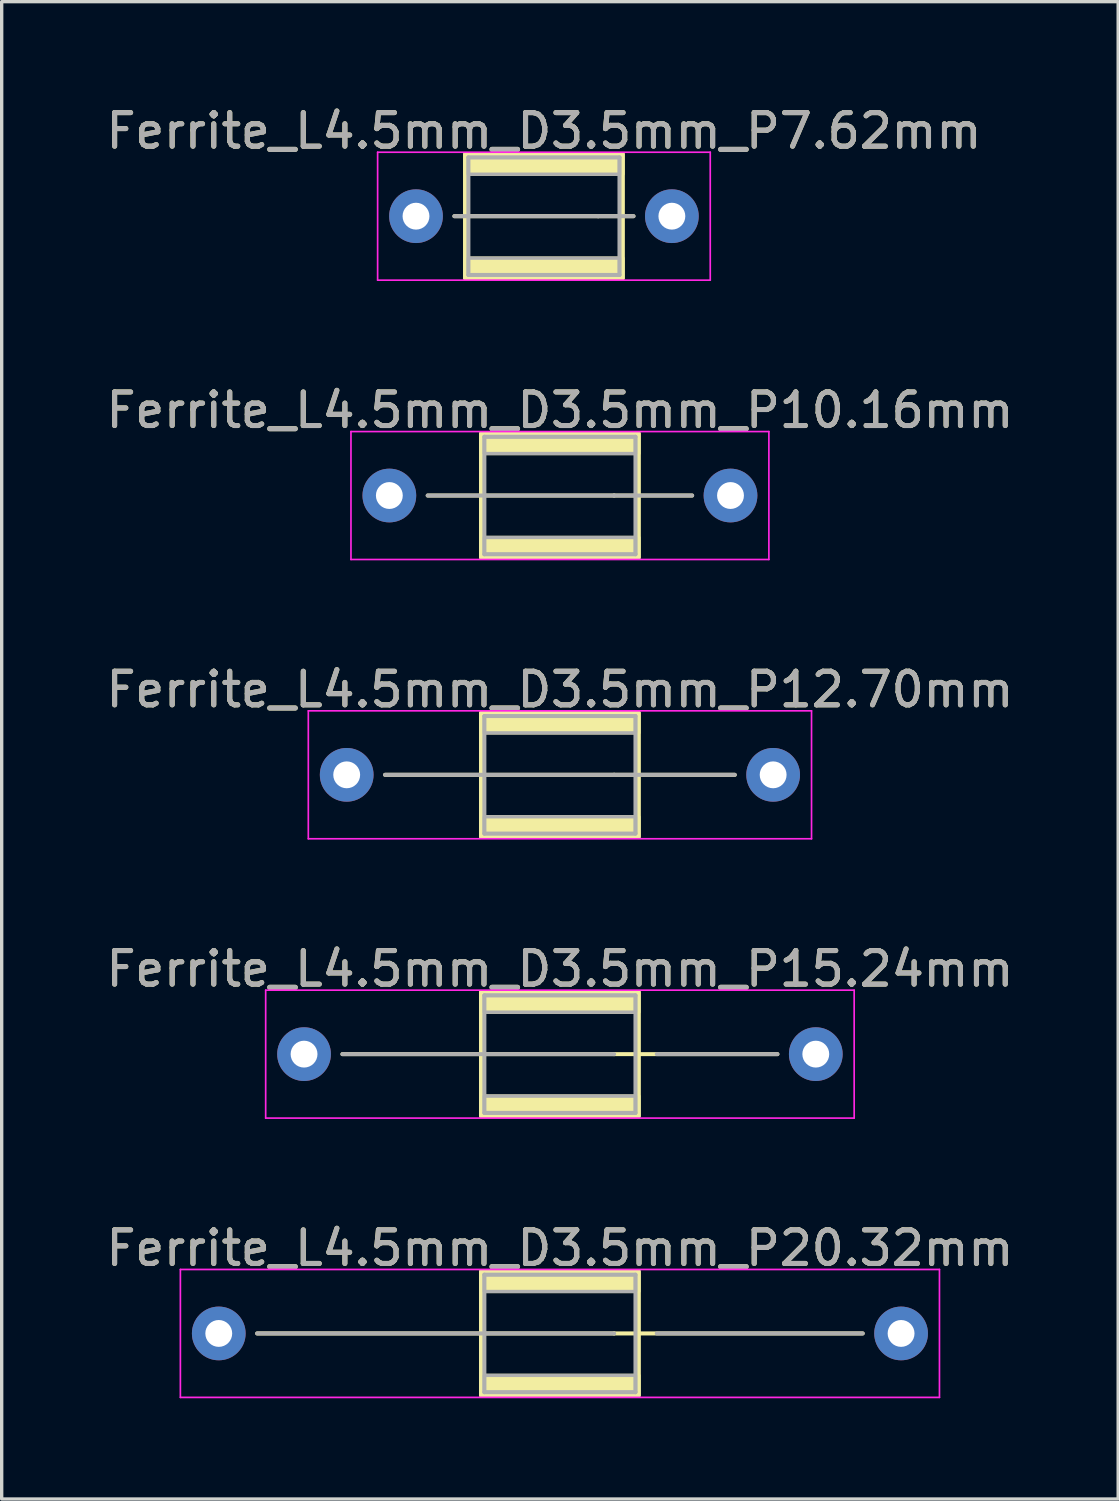
<source format=kicad_pcb>
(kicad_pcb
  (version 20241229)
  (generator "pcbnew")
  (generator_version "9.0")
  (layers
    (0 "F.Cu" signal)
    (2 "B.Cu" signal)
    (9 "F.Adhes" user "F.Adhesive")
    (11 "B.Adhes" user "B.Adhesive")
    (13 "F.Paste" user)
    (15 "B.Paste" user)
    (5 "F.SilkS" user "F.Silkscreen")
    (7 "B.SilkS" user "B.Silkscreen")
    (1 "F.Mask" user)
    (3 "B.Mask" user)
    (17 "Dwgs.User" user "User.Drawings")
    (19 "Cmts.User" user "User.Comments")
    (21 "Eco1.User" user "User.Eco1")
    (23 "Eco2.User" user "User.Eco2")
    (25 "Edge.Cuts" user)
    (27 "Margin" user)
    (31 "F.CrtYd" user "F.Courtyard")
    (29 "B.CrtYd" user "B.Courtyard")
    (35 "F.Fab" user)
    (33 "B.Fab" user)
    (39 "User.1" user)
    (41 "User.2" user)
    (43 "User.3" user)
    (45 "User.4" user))
  (footprint "Ferrite_L4.5mm_D3.5mm_P10.16mm"
    (layer "F.Cu")
    (at 8.545 11.707)
    (property "Reference" "Ferrite_L4.5mm_D3.5mm_P10.16mm" (at 5.08 -2.54 0) (layer "F.SilkS") (effects (font (size 1 1) (thickness 0.15))))
    (fp_line (start 6.694 0.000002) (end 1.143 0) (stroke (width 0.12) (type solid)) (layer "F.SilkS"))
    (fp_line (start 6.694 0.000002) (end 9.017 0) (stroke (width 0.12) (type solid)) (layer "F.SilkS"))
    (fp_rect (start 2.73 -1.85) (end 7.43 1.85) (stroke (width 0.12) (type solid)) (fill no) (layer "F.SilkS"))
    (fp_poly (pts (xy 7.43 -1.25) (xy 2.73 -1.25) (xy 2.73 -1.85) (xy 7.43 -1.85)) (stroke (width 0.1) (type solid)) (fill yes) (layer "F.SilkS"))
    (fp_poly (pts (xy 7.43 1.85) (xy 2.73 1.85) (xy 2.73 1.25) (xy 7.43 1.25)) (stroke (width 0.1) (type solid)) (fill yes) (layer "F.SilkS"))
    (fp_line (start -1.143 -1.905) (end 11.303 -1.905) (stroke (width 0.05) (type solid)) (layer "F.CrtYd"))
    (fp_line (start -1.143 1.905) (end -1.143 -1.905) (stroke (width 0.05) (type solid)) (layer "F.CrtYd"))
    (fp_line (start 11.303 -1.905) (end 11.303 1.905) (stroke (width 0.05) (type solid)) (layer "F.CrtYd"))
    (fp_line (start 11.303 1.905) (end -1.143 1.905) (stroke (width 0.05) (type solid)) (layer "F.CrtYd"))
    (fp_line (start 2.83 -1.75) (end 2.83 0) (stroke (width 0.12) (type solid)) (layer "F.Fab"))
    (fp_line (start 2.83 0) (end 2.83 1.75) (stroke (width 0.12) (type solid)) (layer "F.Fab"))
    (fp_line (start 2.83 1.75) (end 7.33 1.75) (stroke (width 0.12) (type solid)) (layer "F.Fab"))
    (fp_line (start 6.694 0.000002) (end 1.143 0) (stroke (width 0.12) (type solid)) (layer "F.Fab"))
    (fp_line (start 6.694 0.000002) (end 9.017 0) (stroke (width 0.12) (type solid)) (layer "F.Fab"))
    (fp_line (start 7.33 -1.75) (end 2.83 -1.75) (stroke (width 0.12) (type solid)) (layer "F.Fab"))
    (fp_line (start 7.33 1.75) (end 7.33 -1.75) (stroke (width 0.12) (type solid)) (layer "F.Fab"))
    (fp_poly (pts (xy 7.33 -1.25) (xy 2.83 -1.25) (xy 2.83 -1.75) (xy 7.33 -1.75)) (stroke (width 0.1) (type solid)) (fill no) (layer "F.Fab"))
    (fp_poly (pts (xy 7.33 1.75) (xy 2.83 1.75) (xy 2.83 1.25) (xy 7.33 1.25)) (stroke (width 0.1) (type solid)) (fill no) (layer "F.Fab"))
    (fp_text user "${REFERENCE}" (at 5.08 -2.539 0) (layer "F.Fab") (effects (font (size 1 1) (thickness 0.15))))
    (pad "1" thru_hole circle (at 0 0) (size 1.6 1.6) (drill 0.8) (layers "*.Cu" "*.Mask"))
    (pad "2" thru_hole circle (at 10.16 0) (size 1.6 1.6) (drill 0.8) (layers "*.Cu" "*.Mask")))
  (footprint "Ferrite_L4.5mm_D3.5mm_P12.70mm"
    (layer "F.Cu")
    (at 7.275 20.025)
    (property "Reference" "Ferrite_L4.5mm_D3.5mm_P12.70mm" (at 6.35 -2.54 0) (layer "F.SilkS") (effects (font (size 1 1) (thickness 0.15))))
    (fp_line (start 7.964 0.000002) (end 1.143 0) (stroke (width 0.12) (type solid)) (layer "F.SilkS"))
    (fp_line (start 7.964 0.000002) (end 11.557 0) (stroke (width 0.12) (type solid)) (layer "F.SilkS"))
    (fp_rect (start 4 -1.85) (end 8.7 1.85) (stroke (width 0.12) (type solid)) (fill no) (layer "F.SilkS"))
    (fp_poly (pts (xy 8.7 -1.25) (xy 4 -1.25) (xy 4 -1.85) (xy 8.7 -1.85)) (stroke (width 0.1) (type solid)) (fill yes) (layer "F.SilkS"))
    (fp_poly (pts (xy 8.7 1.85) (xy 4 1.85) (xy 4 1.25) (xy 8.7 1.25)) (stroke (width 0.1) (type solid)) (fill yes) (layer "F.SilkS"))
    (fp_line (start -1.143 -1.905) (end 13.843 -1.905) (stroke (width 0.05) (type solid)) (layer "F.CrtYd"))
    (fp_line (start -1.143 1.905) (end -1.143 -1.905) (stroke (width 0.05) (type solid)) (layer "F.CrtYd"))
    (fp_line (start 13.843 -1.905) (end 13.843 1.905) (stroke (width 0.05) (type solid)) (layer "F.CrtYd"))
    (fp_line (start 13.843 1.905) (end -1.143 1.905) (stroke (width 0.05) (type solid)) (layer "F.CrtYd"))
    (fp_line (start 4.1 -1.75) (end 4.1 0) (stroke (width 0.12) (type solid)) (layer "F.Fab"))
    (fp_line (start 4.1 0) (end 4.1 1.75) (stroke (width 0.12) (type solid)) (layer "F.Fab"))
    (fp_line (start 4.1 1.75) (end 8.6 1.75) (stroke (width 0.12) (type solid)) (layer "F.Fab"))
    (fp_line (start 7.964 0.000002) (end 1.143 0) (stroke (width 0.12) (type solid)) (layer "F.Fab"))
    (fp_line (start 7.964 0.000002) (end 11.557 0) (stroke (width 0.12) (type solid)) (layer "F.Fab"))
    (fp_line (start 8.6 -1.75) (end 4.1 -1.75) (stroke (width 0.12) (type solid)) (layer "F.Fab"))
    (fp_line (start 8.6 1.75) (end 8.6 -1.75) (stroke (width 0.12) (type solid)) (layer "F.Fab"))
    (fp_poly (pts (xy 8.6 -1.25) (xy 4.1 -1.25) (xy 4.1 -1.75) (xy 8.6 -1.75)) (stroke (width 0.1) (type solid)) (fill no) (layer "F.Fab"))
    (fp_poly (pts (xy 8.6 1.75) (xy 4.1 1.75) (xy 4.1 1.25) (xy 8.6 1.25)) (stroke (width 0.1) (type solid)) (fill no) (layer "F.Fab"))
    (fp_text user "${REFERENCE}" (at 6.35 -2.539 0) (layer "F.Fab") (effects (font (size 1 1) (thickness 0.15))))
    (pad "1" thru_hole circle (at 0 0) (size 1.6 1.6) (drill 0.8) (layers "*.Cu" "*.Mask"))
    (pad "2" thru_hole circle (at 12.7 0) (size 1.6 1.6) (drill 0.8) (layers "*.Cu" "*.Mask")))
  (footprint "Ferrite_L4.5mm_D3.5mm_P20.32mm"
    (layer "F.Cu")
    (at 3.465 36.661)
    (property "Reference" "Ferrite_L4.5mm_D3.5mm_P20.32mm" (at 10.16 -2.54 0) (layer "F.SilkS") (effects (font (size 1 1) (thickness 0.15))))
    (fp_line (start 11.774 0.000002) (end 1.143 0) (stroke (width 0.12) (type solid)) (layer "F.SilkS"))
    (fp_line (start 11.774 0.000002) (end 19.177 0) (stroke (width 0.12) (type solid)) (layer "F.SilkS"))
    (fp_rect (start 7.81 -1.85) (end 12.51 1.85) (stroke (width 0.12) (type solid)) (fill no) (layer "F.SilkS"))
    (fp_poly (pts (xy 12.51 -1.25) (xy 7.81 -1.25) (xy 7.81 -1.85) (xy 12.51 -1.85)) (stroke (width 0.1) (type solid)) (fill yes) (layer "F.SilkS"))
    (fp_poly (pts (xy 12.51 1.85) (xy 7.81 1.85) (xy 7.81 1.25) (xy 12.51 1.25)) (stroke (width 0.1) (type solid)) (fill yes) (layer "F.SilkS"))
    (fp_line (start -1.143 -1.905) (end 21.463 -1.905) (stroke (width 0.05) (type solid)) (layer "F.CrtYd"))
    (fp_line (start -1.143 1.905) (end -1.143 -1.905) (stroke (width 0.05) (type solid)) (layer "F.CrtYd"))
    (fp_line (start 21.463 -1.905) (end 21.463 1.905) (stroke (width 0.05) (type solid)) (layer "F.CrtYd"))
    (fp_line (start 21.463 1.905) (end -1.143 1.905) (stroke (width 0.05) (type solid)) (layer "F.CrtYd"))
    (fp_line (start 7.91 -1.75) (end 7.91 0) (stroke (width 0.12) (type solid)) (layer "F.Fab"))
    (fp_line (start 7.91 0) (end 7.91 1.75) (stroke (width 0.12) (type solid)) (layer "F.Fab"))
    (fp_line (start 7.91 1.75) (end 12.41 1.75) (stroke (width 0.12) (type solid)) (layer "F.Fab"))
    (fp_line (start 11.774 0.000002) (end 1.143 0) (stroke (width 0.12) (type solid)) (layer "F.Fab"))
    (fp_line (start 12.41 -1.75) (end 7.91 -1.75) (stroke (width 0.12) (type solid)) (layer "F.Fab"))
    (fp_line (start 12.41 1.75) (end 12.41 -1.75) (stroke (width 0.12) (type solid)) (layer "F.Fab"))
    (fp_line (start 13.044 0.000002) (end 19.177 0) (stroke (width 0.12) (type solid)) (layer "F.Fab"))
    (fp_poly (pts (xy 12.41 -1.25) (xy 7.91 -1.25) (xy 7.91 -1.75) (xy 12.41 -1.75)) (stroke (width 0.1) (type solid)) (fill no) (layer "F.Fab"))
    (fp_poly (pts (xy 12.41 1.75) (xy 7.91 1.75) (xy 7.91 1.25) (xy 12.41 1.25)) (stroke (width 0.1) (type solid)) (fill no) (layer "F.Fab"))
    (fp_text user "${REFERENCE}" (at 10.16 -2.539 0) (layer "F.Fab") (effects (font (size 1 1) (thickness 0.15))))
    (pad "1" thru_hole circle (at 0 0) (size 1.6 1.6) (drill 0.8) (layers "*.Cu" "*.Mask"))
    (pad "2" thru_hole circle (at 20.32 0) (size 1.6 1.6) (drill 0.8) (layers "*.Cu" "*.Mask")))
  (footprint "Ferrite_L4.5mm_D3.5mm_P7.62mm"
    (layer "F.Cu")
    (at 9.339 3.388)
    (property "Reference" "Ferrite_L4.5mm_D3.5mm_P7.62mm" (at 3.81 -2.54 0) (layer "F.SilkS") (effects (font (size 1 1) (thickness 0.15))))
    (fp_line (start 5.424 0.000002) (end 1.143 0) (stroke (width 0.12) (type solid)) (layer "F.SilkS"))
    (fp_line (start 5.424 0.000002) (end 6.477 0) (stroke (width 0.12) (type solid)) (layer "F.SilkS"))
    (fp_rect (start 1.46 -1.85) (end 6.16 1.85) (stroke (width 0.12) (type solid)) (fill no) (layer "F.SilkS"))
    (fp_poly (pts (xy 6.16 -1.25) (xy 1.46 -1.25) (xy 1.46 -1.85) (xy 6.16 -1.85)) (stroke (width 0.1) (type solid)) (fill yes) (layer "F.SilkS"))
    (fp_poly (pts (xy 6.16 1.85) (xy 1.46 1.85) (xy 1.46 1.25) (xy 6.16 1.25)) (stroke (width 0.1) (type solid)) (fill yes) (layer "F.SilkS"))
    (fp_line (start -1.143 -1.905) (end 8.763 -1.905) (stroke (width 0.05) (type solid)) (layer "F.CrtYd"))
    (fp_line (start -1.143 1.905) (end -1.143 -1.905) (stroke (width 0.05) (type solid)) (layer "F.CrtYd"))
    (fp_line (start 8.763 -1.905) (end 8.763 1.905) (stroke (width 0.05) (type solid)) (layer "F.CrtYd"))
    (fp_line (start 8.763 1.905) (end -1.143 1.905) (stroke (width 0.05) (type solid)) (layer "F.CrtYd"))
    (fp_line (start 1.56 -1.75) (end 1.56 0) (stroke (width 0.12) (type solid)) (layer "F.Fab"))
    (fp_line (start 1.56 0) (end 1.56 1.75) (stroke (width 0.12) (type solid)) (layer "F.Fab"))
    (fp_line (start 1.56 1.75) (end 6.06 1.75) (stroke (width 0.12) (type solid)) (layer "F.Fab"))
    (fp_line (start 5.424 0.000002) (end 1.143 0) (stroke (width 0.12) (type solid)) (layer "F.Fab"))
    (fp_line (start 5.424 0.000002) (end 6.477 0) (stroke (width 0.12) (type solid)) (layer "F.Fab"))
    (fp_line (start 6.06 -1.75) (end 1.56 -1.75) (stroke (width 0.12) (type solid)) (layer "F.Fab"))
    (fp_line (start 6.06 1.75) (end 6.06 -1.75) (stroke (width 0.12) (type solid)) (layer "F.Fab"))
    (fp_poly (pts (xy 6.06 -1.25) (xy 1.56 -1.25) (xy 1.56 -1.75) (xy 6.06 -1.75)) (stroke (width 0.1) (type solid)) (fill no) (layer "F.Fab"))
    (fp_poly (pts (xy 6.06 1.75) (xy 1.56 1.75) (xy 1.56 1.25) (xy 6.06 1.25)) (stroke (width 0.1) (type solid)) (fill no) (layer "F.Fab"))
    (fp_text user "${REFERENCE}" (at 3.81 -2.539 0) (layer "F.Fab") (effects (font (size 1 1) (thickness 0.15))))
    (pad "1" thru_hole circle (at 0 0) (size 1.6 1.6) (drill 0.8) (layers "*.Cu" "*.Mask"))
    (pad "2" thru_hole circle (at 7.62 0) (size 1.6 1.6) (drill 0.8) (layers "*.Cu" "*.Mask")))
  (footprint "Ferrite_L4.5mm_D3.5mm_P15.24mm"
    (layer "F.Cu")
    (at 6.005 28.343)
    (property "Reference" "Ferrite_L4.5mm_D3.5mm_P15.24mm" (at 7.62 -2.54 0) (layer "F.SilkS") (effects (font (size 1 1) (thickness 0.15))))
    (fp_line (start 9.234 0.000002) (end 1.143 0) (stroke (width 0.12) (type solid)) (layer "F.SilkS"))
    (fp_line (start 9.234 0.000002) (end 14.097 0) (stroke (width 0.12) (type solid)) (layer "F.SilkS"))
    (fp_rect (start 5.27 -1.85) (end 9.97 1.85) (stroke (width 0.12) (type solid)) (fill no) (layer "F.SilkS"))
    (fp_poly (pts (xy 9.97 -1.25) (xy 5.27 -1.25) (xy 5.27 -1.85) (xy 9.97 -1.85)) (stroke (width 0.1) (type solid)) (fill yes) (layer "F.SilkS"))
    (fp_poly (pts (xy 9.97 1.85) (xy 5.27 1.85) (xy 5.27 1.25) (xy 9.97 1.25)) (stroke (width 0.1) (type solid)) (fill yes) (layer "F.SilkS"))
    (fp_line (start -1.143 -1.905) (end 16.383 -1.905) (stroke (width 0.05) (type solid)) (layer "F.CrtYd"))
    (fp_line (start -1.143 1.905) (end -1.143 -1.905) (stroke (width 0.05) (type solid)) (layer "F.CrtYd"))
    (fp_line (start 16.383 -1.905) (end 16.383 1.905) (stroke (width 0.05) (type solid)) (layer "F.CrtYd"))
    (fp_line (start 16.383 1.905) (end -1.143 1.905) (stroke (width 0.05) (type solid)) (layer "F.CrtYd"))
    (fp_line (start 5.37 -1.75) (end 5.37 0) (stroke (width 0.12) (type solid)) (layer "F.Fab"))
    (fp_line (start 5.37 0) (end 5.37 1.75) (stroke (width 0.12) (type solid)) (layer "F.Fab"))
    (fp_line (start 5.37 1.75) (end 9.87 1.75) (stroke (width 0.12) (type solid)) (layer "F.Fab"))
    (fp_line (start 9.234 0.000002) (end 1.143 0) (stroke (width 0.12) (type solid)) (layer "F.Fab"))
    (fp_line (start 9.87 -1.75) (end 5.37 -1.75) (stroke (width 0.12) (type solid)) (layer "F.Fab"))
    (fp_line (start 9.87 1.75) (end 9.87 -1.75) (stroke (width 0.12) (type solid)) (layer "F.Fab"))
    (fp_line (start 10.504 0.000002) (end 14.097 0) (stroke (width 0.12) (type solid)) (layer "F.Fab"))
    (fp_poly (pts (xy 9.87 -1.25) (xy 5.37 -1.25) (xy 5.37 -1.75) (xy 9.87 -1.75)) (stroke (width 0.1) (type solid)) (fill no) (layer "F.Fab"))
    (fp_poly (pts (xy 9.87 1.75) (xy 5.37 1.75) (xy 5.37 1.25) (xy 9.87 1.25)) (stroke (width 0.1) (type solid)) (fill no) (layer "F.Fab"))
    (fp_text user "${REFERENCE}" (at 7.62 -2.539 0) (layer "F.Fab") (effects (font (size 1 1) (thickness 0.15))))
    (pad "1" thru_hole circle (at 0 0) (size 1.6 1.6) (drill 0.8) (layers "*.Cu" "*.Mask"))
    (pad "2" thru_hole circle (at 15.24 0) (size 1.6 1.6) (drill 0.8) (layers "*.Cu" "*.Mask")))
  (gr_rect
    (start -3 -3)
    (end 30.25 41.591)
    (stroke (width 0.1) (type default))
    (fill no)
    (layer "Edge.Cuts")))
</source>
